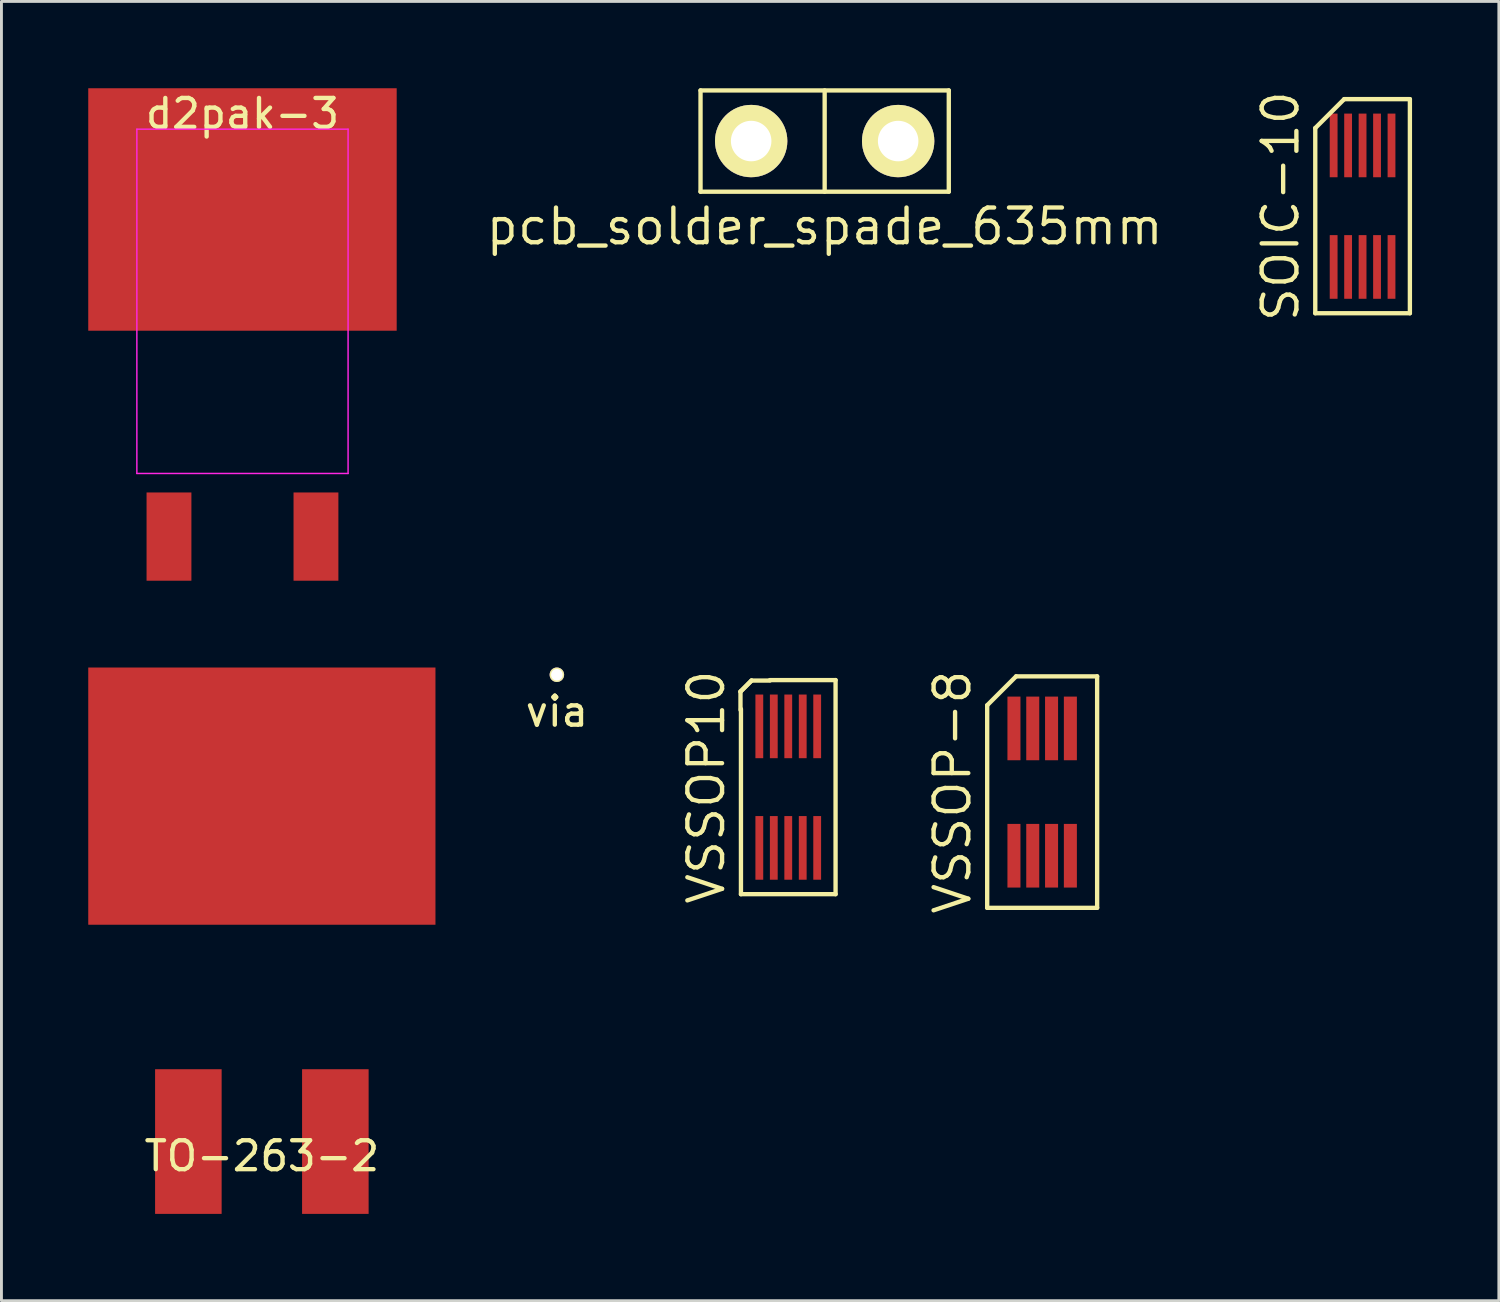
<source format=kicad_pcb>
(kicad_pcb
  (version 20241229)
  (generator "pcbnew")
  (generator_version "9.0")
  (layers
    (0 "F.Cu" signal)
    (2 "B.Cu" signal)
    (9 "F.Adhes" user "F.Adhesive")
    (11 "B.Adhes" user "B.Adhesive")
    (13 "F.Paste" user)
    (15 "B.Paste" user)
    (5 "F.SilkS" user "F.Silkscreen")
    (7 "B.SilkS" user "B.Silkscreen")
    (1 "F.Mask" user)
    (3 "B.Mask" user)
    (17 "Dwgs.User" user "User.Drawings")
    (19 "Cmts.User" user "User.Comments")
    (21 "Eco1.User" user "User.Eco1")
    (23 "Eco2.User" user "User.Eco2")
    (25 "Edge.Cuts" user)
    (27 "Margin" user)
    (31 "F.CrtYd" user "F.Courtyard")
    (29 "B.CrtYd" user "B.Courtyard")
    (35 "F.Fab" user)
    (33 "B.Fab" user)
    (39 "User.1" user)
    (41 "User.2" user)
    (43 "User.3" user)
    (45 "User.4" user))
  (footprint "VSSOP-8"
    (layer "F.Cu")
    (at 32.968 24.325)
    (property "Reference" "VSSOP-8" (at -3.1 0 90) (layer "F.SilkS") (effects (font (size 1.2 1.2) (thickness 0.15))))
    (attr through_hole)
    (fp_line (start -1.9 -3) (end -1.9 4) (stroke (width 0.15) (type solid)) (layer "F.SilkS"))
    (fp_line (start -1.9 4) (end 1.9 4) (stroke (width 0.15) (type solid)) (layer "F.SilkS"))
    (fp_line (start -0.9 -4) (end -1.9 -3) (stroke (width 0.15) (type solid)) (layer "F.SilkS"))
    (fp_line (start 1.9 -4) (end -0.9 -4) (stroke (width 0.15) (type solid)) (layer "F.SilkS"))
    (fp_line (start 1.9 4) (end 1.9 -4) (stroke (width 0.15) (type solid)) (layer "F.SilkS"))
    (pad "1" smd rect (at -0.975 2.2) (size 0.45 2.2) (layers "F.Cu" "F.Mask" "F.Paste"))
    (pad "2" smd rect (at -0.325 2.2) (size 0.45 2.2) (layers "F.Cu" "F.Mask" "F.Paste"))
    (pad "3" smd rect (at 0.325 2.2) (size 0.45 2.2) (layers "F.Cu" "F.Mask" "F.Paste"))
    (pad "4" smd rect (at 0.975 2.2) (size 0.45 2.2) (layers "F.Cu" "F.Mask" "F.Paste"))
    (pad "5" smd rect (at 0.975 -2.2) (size 0.45 2.2) (layers "F.Cu" "F.Mask" "F.Paste"))
    (pad "6" smd rect (at 0.325 -2.2) (size 0.45 2.2) (layers "F.Cu" "F.Mask" "F.Paste"))
    (pad "7" smd rect (at -0.325 -2.2) (size 0.45 2.2) (layers "F.Cu" "F.Mask" "F.Paste"))
    (pad "8" smd rect (at -0.975 -2.2) (size 0.45 2.2) (layers "F.Cu" "F.Mask" "F.Paste")))
  (footprint "d2pak-3"
    (layer "F.Cu")
    (at 5.33 8.38)
    (property "Reference" "d2pak-3" (at 0 -7.5 0) (layer "F.SilkS") (effects (font (size 1 1) (thickness 0.15))))
    (attr smd)
    (fp_line (start -3.65 -6.966) (end 3.65 -6.966) (stroke (width 0.05) (type solid)) (layer "F.CrtYd"))
    (fp_line (start -3.65 4.934) (end -3.65 -6.966) (stroke (width 0.05) (type solid)) (layer "F.CrtYd"))
    (fp_line (start 3.65 -6.966) (end 3.65 4.934) (stroke (width 0.05) (type solid)) (layer "F.CrtYd"))
    (fp_line (start 3.65 4.934) (end -3.65 4.934) (stroke (width 0.05) (type solid)) (layer "F.CrtYd"))
    (pad "1" smd rect (at -2.54 7.115) (size 1.55 3.05) (layers "F.Cu" "F.Mask" "F.Paste"))
    (pad "2" smd rect (at 0 -4.19) (size 10.66 8.38) (layers "F.Cu" "F.Mask" "F.Paste"))
    (pad "3" smd rect (at 2.54 7.115) (size 1.55 3.05) (layers "F.Cu" "F.Mask" "F.Paste")))
  (footprint "SOIC-10"
    (layer "F.Cu")
    (at 44.042 4.076)
    (property "Reference" "SOIC-10" (at -2.835 0 90) (layer "F.SilkS") (effects (font (size 1.2 1.2) (thickness 0.15))))
    (attr through_hole)
    (fp_line (start -1.635 -2.7) (end -1.635 3.7) (stroke (width 0.15) (type solid)) (layer "F.SilkS"))
    (fp_line (start -1.635 3.7) (end 1.635 3.7) (stroke (width 0.15) (type solid)) (layer "F.SilkS"))
    (fp_line (start -0.635 -3.7) (end -1.635 -2.7) (stroke (width 0.15) (type solid)) (layer "F.SilkS"))
    (fp_line (start 1.635 -3.7) (end -0.635 -3.7) (stroke (width 0.15) (type solid)) (layer "F.SilkS"))
    (fp_line (start 1.635 3.7) (end 1.635 -3.7) (stroke (width 0.15) (type solid)) (layer "F.SilkS"))
    (pad "1" smd rect (at -1 2.1) (size 0.27 2.2) (layers "F.Cu" "F.Mask" "F.Paste"))
    (pad "2" smd rect (at -0.5 2.1) (size 0.27 2.2) (layers "F.Cu" "F.Mask" "F.Paste"))
    (pad "3" smd rect (at 0 2.1) (size 0.27 2.2) (layers "F.Cu" "F.Mask" "F.Paste"))
    (pad "4" smd rect (at 0.5 2.1) (size 0.27 2.2) (layers "F.Cu" "F.Mask" "F.Paste"))
    (pad "5" smd rect (at 1 2.1) (size 0.27 2.2) (layers "F.Cu" "F.Mask" "F.Paste"))
    (pad "6" smd rect (at 1 -2.1) (size 0.27 2.2) (layers "F.Cu" "F.Mask" "F.Paste"))
    (pad "7" smd rect (at 0.5 -2.1) (size 0.27 2.2) (layers "F.Cu" "F.Mask" "F.Paste"))
    (pad "8" smd rect (at 0 -2.1) (size 0.27 2.2) (layers "F.Cu" "F.Mask" "F.Paste"))
    (pad "9" smd rect (at -0.5 -2.1) (size 0.27 2.2) (layers "F.Cu" "F.Mask" "F.Paste"))
    (pad "10" smd rect (at -1 -2.1) (size 0.27 2.2) (layers "F.Cu" "F.Mask" "F.Paste")))
  (footprint "via"
    (layer "F.Cu")
    (at 16.196 20.27)
    (property "Reference" "via" (at 0 1.27 0) (layer "F.SilkS") (effects (font (size 1 1) (thickness 0.15))))
    (attr through_hole)
    (pad "1" thru_hole circle (at 0 0) (size 0.5 0.5) (drill 0.4) (layers "*.Cu" "*.Mask" "F.SilkS")))
  (footprint "VSSOP10"
    (layer "F.Cu")
    (at 24.193 24.154)
    (property "Reference" "VSSOP10" (at -2.835 0 90) (layer "F.SilkS") (effects (font (size 1.2 1.2) (thickness 0.15))))
    (attr through_hole)
    (fp_line (start -1.651 -3.302) (end -1.651 -2.667) (stroke (width 0.15) (type solid)) (layer "F.SilkS"))
    (fp_line (start -1.635 -2.7) (end -1.635 3.7) (stroke (width 0.15) (type solid)) (layer "F.SilkS"))
    (fp_line (start -1.635 3.7) (end 1.635 3.7) (stroke (width 0.15) (type solid)) (layer "F.SilkS"))
    (fp_line (start -1.27 -3.683) (end -1.651 -3.302) (stroke (width 0.15) (type solid)) (layer "F.SilkS"))
    (fp_line (start -1.27 -3.683) (end -1.651 -3.302) (stroke (width 0.15) (type solid)) (layer "F.SilkS"))
    (fp_line (start -0.635 -3.683) (end -1.27 -3.683) (stroke (width 0.15) (type solid)) (layer "F.SilkS"))
    (fp_line (start 1.635 -3.7) (end -0.635 -3.7) (stroke (width 0.15) (type solid)) (layer "F.SilkS"))
    (fp_line (start 1.635 3.7) (end 1.635 -3.7) (stroke (width 0.15) (type solid)) (layer "F.SilkS"))
    (pad "1" smd rect (at -1 2.1) (size 0.27 2.2) (layers "F.Cu" "F.Mask" "F.Paste"))
    (pad "2" smd rect (at -0.5 2.1) (size 0.27 2.2) (layers "F.Cu" "F.Mask" "F.Paste"))
    (pad "3" smd rect (at 0 2.1) (size 0.27 2.2) (layers "F.Cu" "F.Mask" "F.Paste"))
    (pad "4" smd rect (at 0.5 2.1) (size 0.27 2.2) (layers "F.Cu" "F.Mask" "F.Paste"))
    (pad "5" smd rect (at 1 2.1) (size 0.27 2.2) (layers "F.Cu" "F.Mask" "F.Paste"))
    (pad "6" smd rect (at 1 -2.1) (size 0.27 2.2) (layers "F.Cu" "F.Mask" "F.Paste"))
    (pad "7" smd rect (at 0.5 -2.1) (size 0.27 2.2) (layers "F.Cu" "F.Mask" "F.Paste"))
    (pad "8" smd rect (at 0 -2.1) (size 0.27 2.2) (layers "F.Cu" "F.Mask" "F.Paste"))
    (pad "9" smd rect (at -0.5 -2.1) (size 0.27 2.2) (layers "F.Cu" "F.Mask" "F.Paste"))
    (pad "10" smd rect (at -1 -2.1) (size 0.27 2.2) (layers "F.Cu" "F.Mask" "F.Paste")))
  (footprint "TO-263-2"
    (layer "F.Cu")
    (at 6 34.117)
    (property "Reference" "TO-263-2" (at 0 2.786 0) (layer "F.SilkS") (effects (font (size 1 1) (thickness 0.15))))
    (attr through_hole)
    (pad "1" smd rect (at -2.54 2.286) (size 2.3 5) (layers "F.Cu" "F.Mask" "F.Paste"))
    (pad "2" smd rect (at 0 -9.652) (size 12 8.89) (layers "F.Cu" "F.Mask" "F.Paste"))
    (pad "3" smd rect (at 2.54 2.286) (size 2.3 5) (layers "F.Cu" "F.Mask" "F.Paste")))
  (footprint "pcb_solder_spade_635mm"
    (layer "F.Cu")
    (at 25.451 1.825)
    (property "Reference" "pcb_solder_spade_635mm" (at 0 2.95 0) (layer "F.SilkS") (effects (font (size 1.2 1.2) (thickness 0.15))))
    (attr through_hole)
    (fp_line (start -4.29 -1.75) (end 4.29 -1.75) (stroke (width 0.15) (type solid)) (layer "F.SilkS"))
    (fp_line (start -4.29 1.75) (end -4.29 -1.75) (stroke (width 0.15) (type solid)) (layer "F.SilkS"))
    (fp_line (start 0 -1.75) (end 0 1.75) (stroke (width 0.15) (type solid)) (layer "F.SilkS"))
    (fp_line (start 4.29 -1.75) (end 4.29 1.75) (stroke (width 0.15) (type solid)) (layer "F.SilkS"))
    (fp_line (start 4.29 1.75) (end -4.29 1.75) (stroke (width 0.15) (type solid)) (layer "F.SilkS"))
    (pad "1" thru_hole circle (at -2.54 0) (size 2.5 2.5) (drill 1.4) (layers "*.Cu" "*.Mask" "F.SilkS"))
    (pad "1" thru_hole circle (at 2.54 0) (size 2.5 2.5) (drill 1.4) (layers "*.Cu" "*.Mask" "F.SilkS")))
  (gr_rect
    (start -3 -3)
    (end 48.752 41.903)
    (stroke (width 0.1) (type default))
    (fill no)
    (layer "Edge.Cuts")))
</source>
